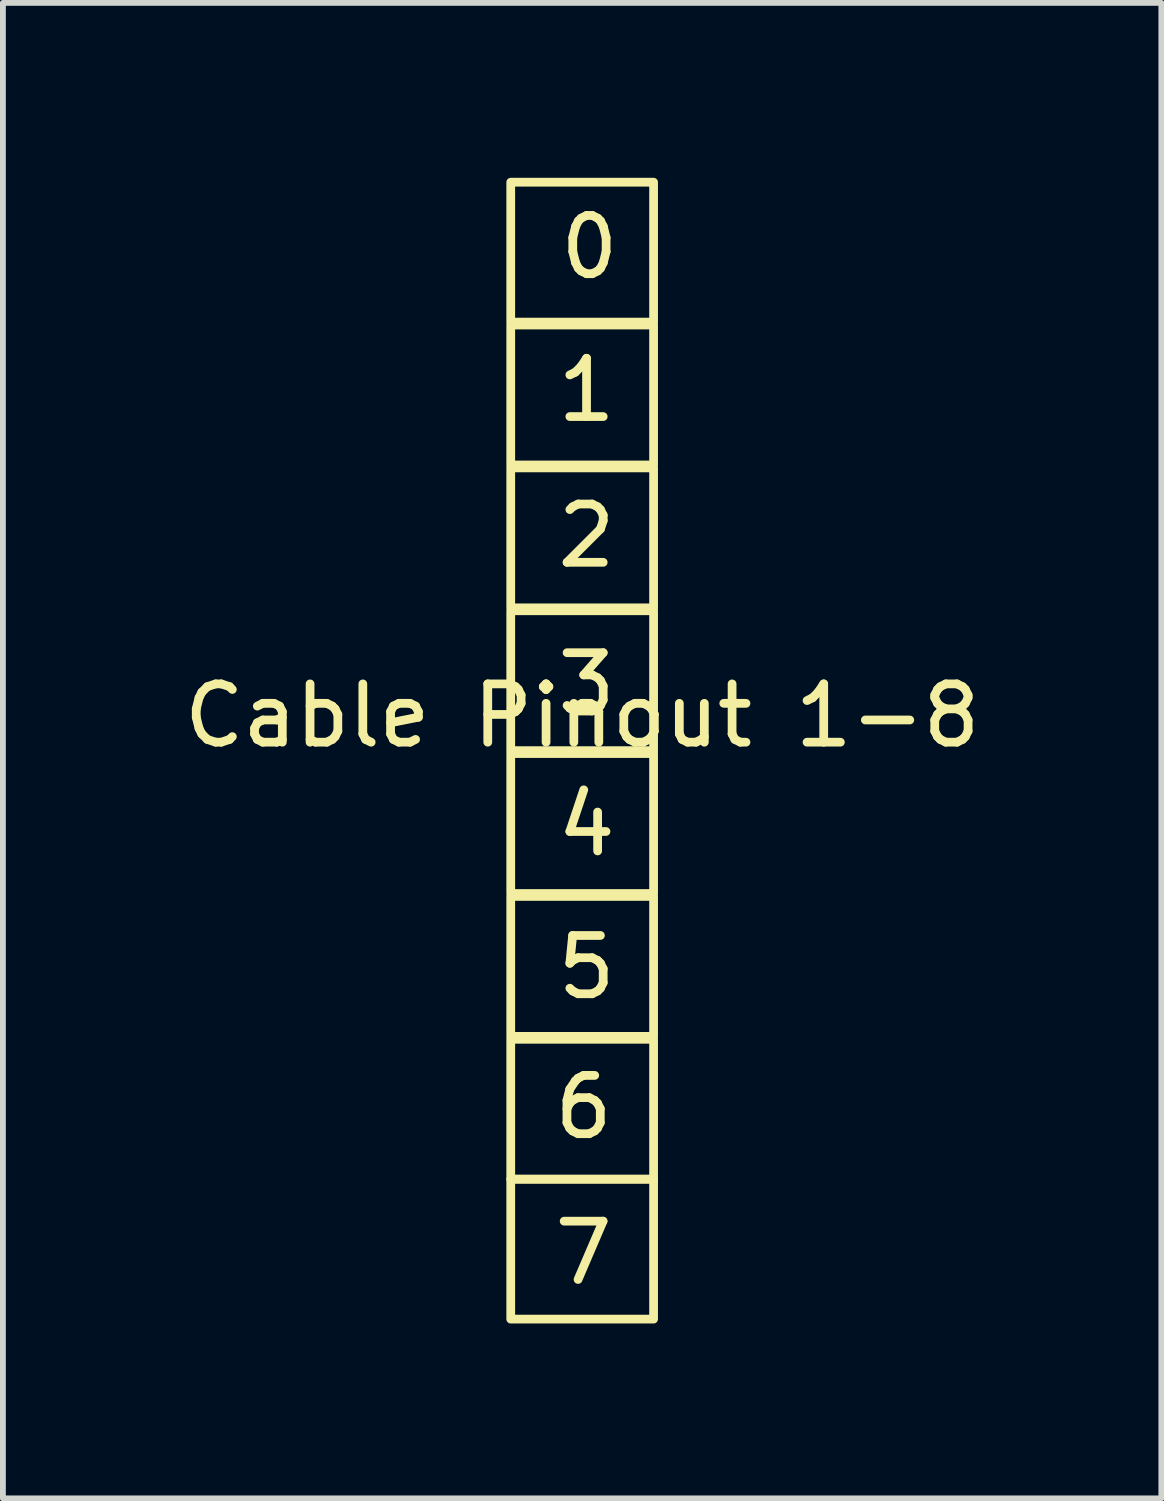
<source format=kicad_pcb>
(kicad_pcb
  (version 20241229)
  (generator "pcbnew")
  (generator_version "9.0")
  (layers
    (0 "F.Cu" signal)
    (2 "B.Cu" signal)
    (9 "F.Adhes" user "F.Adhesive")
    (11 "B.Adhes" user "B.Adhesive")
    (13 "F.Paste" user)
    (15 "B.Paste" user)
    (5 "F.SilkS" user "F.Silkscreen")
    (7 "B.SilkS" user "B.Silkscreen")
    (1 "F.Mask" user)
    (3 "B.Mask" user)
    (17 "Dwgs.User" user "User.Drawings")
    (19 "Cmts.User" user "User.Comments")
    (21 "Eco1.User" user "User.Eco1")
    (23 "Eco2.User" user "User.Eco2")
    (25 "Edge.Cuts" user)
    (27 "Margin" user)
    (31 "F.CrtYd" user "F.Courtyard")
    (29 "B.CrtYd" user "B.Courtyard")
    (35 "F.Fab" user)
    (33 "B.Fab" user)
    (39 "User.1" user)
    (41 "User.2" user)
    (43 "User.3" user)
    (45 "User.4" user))
  (footprint "Cable Pinout 1-8"
    (layer "F.Cu")
    (at 6.935 9.725)
    (property "Reference" "Cable Pinout 1-8" (at 0 -0.5 0) (unlocked yes) (layer "F.SilkS") (effects (font (size 1 1) (thickness 0.15))))
    (attr smd)
    (fp_rect (start -1.225 -9.65) (end 1.225 -7.25) (stroke (width 0.15) (type default)) (fill no) (layer "F.SilkS"))
    (fp_rect (start -1.225 -7.2) (end 1.225 -4.8) (stroke (width 0.15) (type default)) (fill no) (layer "F.SilkS"))
    (fp_rect (start -1.225 -4.75) (end 1.225 -2.35) (stroke (width 0.15) (type default)) (fill no) (layer "F.SilkS"))
    (fp_rect (start -1.225 -2.3) (end 1.225 0.1) (stroke (width 0.15) (type default)) (fill no) (layer "F.SilkS"))
    (fp_rect (start -1.225 0.15) (end 1.225 2.55) (stroke (width 0.15) (type default)) (fill no) (layer "F.SilkS"))
    (fp_rect (start -1.225 2.6) (end 1.225 5) (stroke (width 0.15) (type default)) (fill no) (layer "F.SilkS"))
    (fp_rect (start -1.225 5.05) (end 1.225 7.45) (stroke (width 0.15) (type default)) (fill no) (layer "F.SilkS"))
    (fp_rect (start -1.225 7.45) (end 1.225 9.85) (stroke (width 0.15) (type default)) (fill no) (layer "F.SilkS"))
    (fp_text user "5" (at -0.5 4.4 0) (unlocked yes) (layer "F.SilkS") (effects (font (size 1 1) (thickness 0.15)) (justify left bottom)))
    (fp_text user "2" (at -0.5 -3 0) (unlocked yes) (layer "F.SilkS") (effects (font (size 1 1) (thickness 0.15)) (justify left bottom)))
    (fp_text user "1" (at -0.5 -5.5 0) (unlocked yes) (layer "F.SilkS") (effects (font (size 1 1) (thickness 0.15)) (justify left bottom)))
    (fp_text user "7" (at -0.55 9.3 0) (unlocked yes) (layer "F.SilkS") (effects (font (size 1 1) (thickness 0.15)) (justify left bottom)))
    (fp_text user "0" (at -0.45 -7.95 0) (unlocked yes) (layer "F.SilkS") (effects (font (size 1 1) (thickness 0.15)) (justify left bottom)))
    (fp_text user "3" (at -0.5 -0.45 0) (unlocked yes) (layer "F.SilkS") (effects (font (size 1 1) (thickness 0.15)) (justify left bottom)))
    (fp_text user "6" (at -0.55 6.8 0) (unlocked yes) (layer "F.SilkS") (effects (font (size 1 1) (thickness 0.15)) (justify left bottom)))
    (fp_text user "4" (at -0.5 1.95 0) (unlocked yes) (layer "F.SilkS") (effects (font (size 1 1) (thickness 0.15)) (justify left bottom))))
  (gr_rect
    (start -3 -3)
    (end 16.869 22.65)
    (stroke (width 0.1) (type default))
    (fill no)
    (layer "Edge.Cuts")))
</source>
